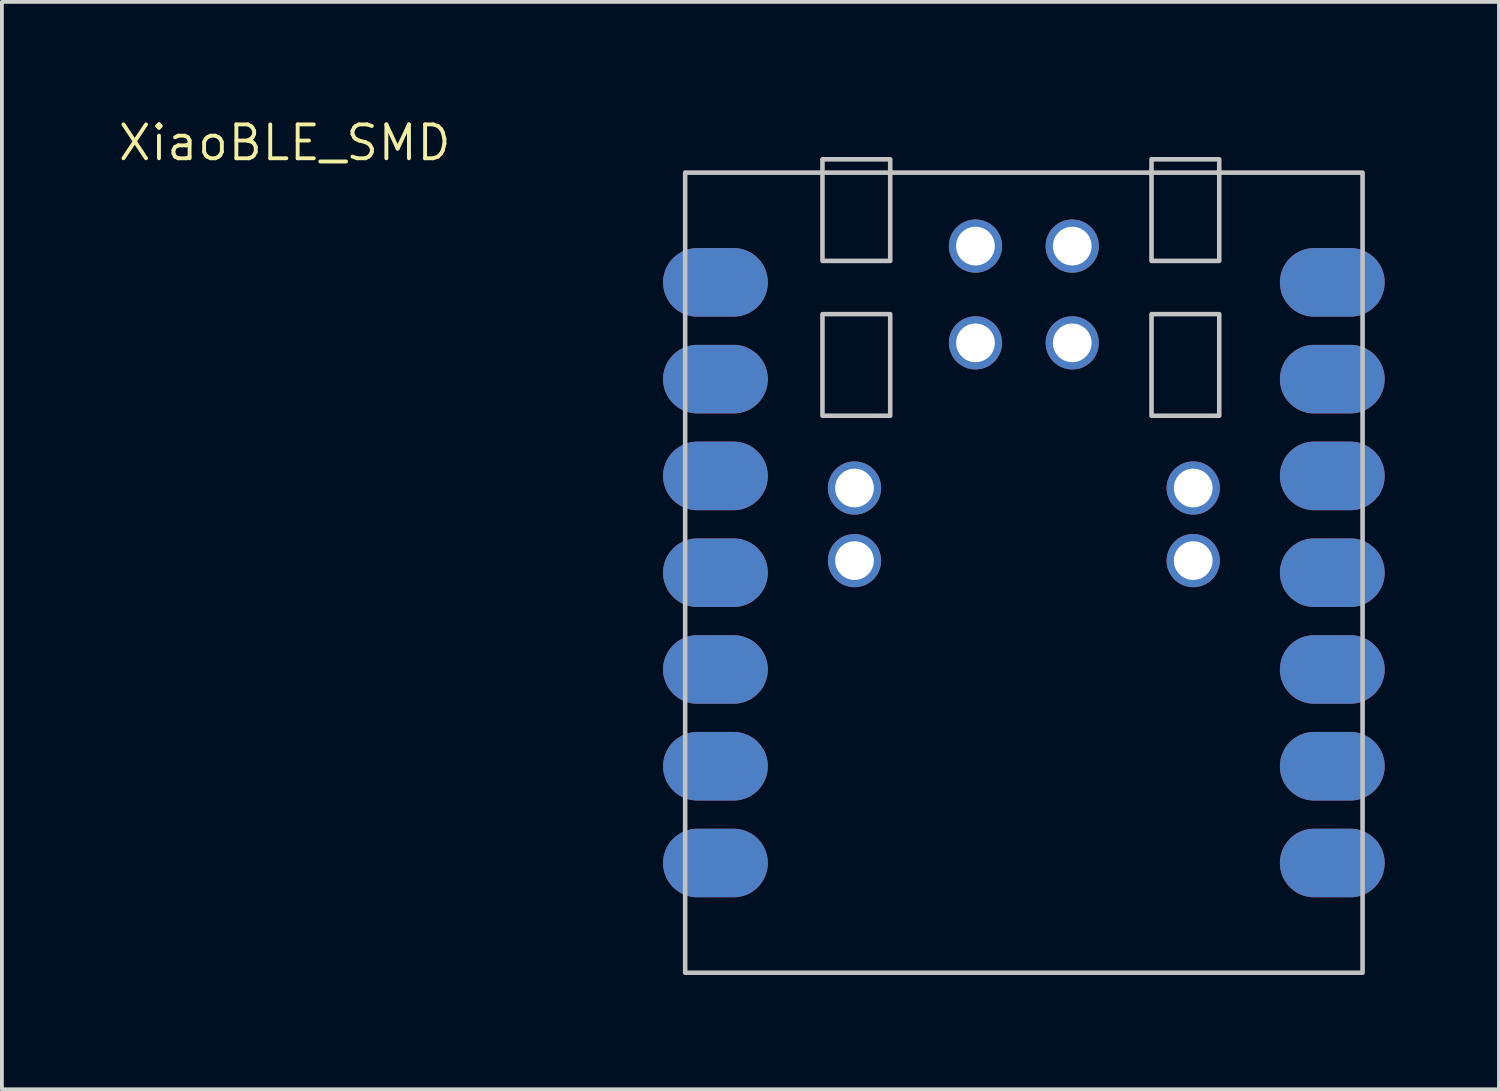
<source format=kicad_pcb>
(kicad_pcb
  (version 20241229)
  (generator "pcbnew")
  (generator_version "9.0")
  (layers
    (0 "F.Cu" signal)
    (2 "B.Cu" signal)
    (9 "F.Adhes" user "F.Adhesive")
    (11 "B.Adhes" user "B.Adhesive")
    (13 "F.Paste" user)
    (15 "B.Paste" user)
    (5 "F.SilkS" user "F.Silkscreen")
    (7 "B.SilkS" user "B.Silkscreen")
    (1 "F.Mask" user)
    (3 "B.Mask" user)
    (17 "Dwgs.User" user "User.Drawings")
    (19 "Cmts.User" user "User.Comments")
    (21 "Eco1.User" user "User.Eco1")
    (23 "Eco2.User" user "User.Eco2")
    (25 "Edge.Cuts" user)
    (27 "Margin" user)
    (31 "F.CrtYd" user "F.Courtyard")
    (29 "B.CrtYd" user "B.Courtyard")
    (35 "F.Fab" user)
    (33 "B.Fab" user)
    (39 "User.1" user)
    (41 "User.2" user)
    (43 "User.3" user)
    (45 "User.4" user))
  (footprint "XiaoBLE_SMD"
    (layer "F.Cu")
    (at 23.823 11.981)
    (property "Reference" "XiaoBLE_SMD" (at -19.399 -11.283 0) (layer "F.SilkS") (effects (font (size 0.889 0.889) (thickness 0.102))))
    (attr through_hole)
    (fp_rect (start -8.89 10.5) (end 8.89 -10.5) (stroke (width 0.12) (type solid)) (fill no) (layer "Dwgs.User"))
    (fp_rect (start -5.286 -6.786) (end -3.508 -4.119) (stroke (width 0.12) (type solid)) (fill no) (layer "Dwgs.User"))
    (fp_rect (start -3.508 -8.183) (end -5.286 -10.85) (stroke (width 0.12) (type solid)) (fill no) (layer "Dwgs.User"))
    (fp_rect (start 3.35 -10.85) (end 5.128 -8.183) (stroke (width 0.12) (type solid)) (fill no) (layer "Dwgs.User"))
    (fp_rect (start 3.35 -6.786) (end 5.128 -4.119) (stroke (width 0.12) (type solid)) (fill no) (layer "Dwgs.User"))
    (pad "1" smd oval (at -8.57 -7.62 180) (size 2.75 1.8) (drill (offset -0.475 0)) (layers "F.Cu" "F.Mask" "F.Paste"))
    (pad "1" smd oval (at 8.57 -7.62 180) (size 2.75 1.8) (drill (offset 0.475 0)) (layers "B.Cu" "B.Mask" "B.Paste"))
    (pad "2" smd oval (at -8.57 -5.08 180) (size 2.75 1.8) (drill (offset -0.475 0)) (layers "F.Cu" "F.Mask" "F.Paste"))
    (pad "2" smd oval (at 8.57 -5.08 180) (size 2.75 1.8) (drill (offset 0.475 0)) (layers "B.Cu" "B.Mask" "B.Paste"))
    (pad "3" smd oval (at -8.57 -2.54 180) (size 2.75 1.8) (drill (offset -0.475 0)) (layers "F.Cu" "F.Mask" "F.Paste"))
    (pad "3" smd oval (at 8.57 -2.54 180) (size 2.75 1.8) (drill (offset 0.475 0)) (layers "B.Cu" "B.Mask" "B.Paste"))
    (pad "4" smd oval (at -8.57 0 180) (size 2.75 1.8) (drill (offset -0.475 0)) (layers "F.Cu" "F.Mask" "F.Paste"))
    (pad "4" smd oval (at 8.57 0 180) (size 2.75 1.8) (drill (offset 0.475 0)) (layers "B.Cu" "B.Mask" "B.Paste"))
    (pad "5" smd oval (at -8.57 2.54 180) (size 2.75 1.8) (drill (offset -0.475 0)) (layers "F.Cu" "F.Mask" "F.Paste"))
    (pad "5" smd oval (at 8.57 2.54 180) (size 2.75 1.8) (drill (offset 0.475 0)) (layers "B.Cu" "B.Mask" "B.Paste"))
    (pad "6" smd oval (at -8.57 5.08 180) (size 2.75 1.8) (drill (offset -0.475 0)) (layers "F.Cu" "F.Mask" "F.Paste"))
    (pad "6" smd oval (at 8.57 5.08 180) (size 2.75 1.8) (drill (offset 0.475 0)) (layers "B.Cu" "B.Mask" "B.Paste"))
    (pad "7" smd oval (at -8.57 7.62 180) (size 2.75 1.8) (drill (offset -0.475 0)) (layers "F.Cu" "F.Mask" "F.Paste"))
    (pad "7" smd oval (at 8.57 7.62 180) (size 2.75 1.8) (drill (offset 0.475 0)) (layers "B.Cu" "B.Mask" "B.Paste"))
    (pad "8" smd oval (at -8.57 7.62) (size 2.75 1.8) (drill (offset 0.475 0)) (layers "B.Cu" "B.Mask" "B.Paste"))
    (pad "8" smd oval (at 8.57 7.62) (size 2.75 1.8) (drill (offset -0.475 0)) (layers "F.Cu" "F.Mask" "F.Paste"))
    (pad "9" smd oval (at -8.57 5.08) (size 2.75 1.8) (drill (offset 0.475 0)) (layers "B.Cu" "B.Mask" "B.Paste"))
    (pad "9" smd oval (at 8.57 5.08) (size 2.75 1.8) (drill (offset -0.475 0)) (layers "F.Cu" "F.Mask" "F.Paste"))
    (pad "10" smd oval (at -8.57 2.54) (size 2.75 1.8) (drill (offset 0.475 0)) (layers "B.Cu" "B.Mask" "B.Paste"))
    (pad "10" smd oval (at 8.57 2.54) (size 2.75 1.8) (drill (offset -0.475 0)) (layers "F.Cu" "F.Mask" "F.Paste"))
    (pad "11" smd oval (at -8.57 0) (size 2.75 1.8) (drill (offset 0.475 0)) (layers "B.Cu" "B.Mask" "B.Paste"))
    (pad "11" smd oval (at 8.57 0) (size 2.75 1.8) (drill (offset -0.475 0)) (layers "F.Cu" "F.Mask" "F.Paste"))
    (pad "12" smd oval (at -8.57 -2.54) (size 2.75 1.8) (drill (offset 0.475 0)) (layers "B.Cu" "B.Mask" "B.Paste"))
    (pad "12" smd oval (at 8.57 -2.54) (size 2.75 1.8) (drill (offset -0.475 0)) (layers "F.Cu" "F.Mask" "F.Paste"))
    (pad "13" smd oval (at -8.57 -5.08) (size 2.75 1.8) (drill (offset 0.475 0)) (layers "B.Cu" "B.Mask" "B.Paste"))
    (pad "13" smd oval (at 8.57 -5.08) (size 2.75 1.8) (drill (offset -0.475 0)) (layers "F.Cu" "F.Mask" "F.Paste"))
    (pad "14" smd oval (at -8.57 -7.62) (size 2.75 1.8) (drill (offset 0.475 0)) (layers "B.Cu" "B.Mask" "B.Paste"))
    (pad "14" smd oval (at 8.57 -7.62) (size 2.75 1.8) (drill (offset -0.475 0)) (layers "F.Cu" "F.Mask" "F.Paste"))
    (pad "15" thru_hole circle (at -1.27 -8.572 90) (size 1.397 1.397) (drill 1.016) (layers "*.Cu" "*.Mask"))
    (pad "16" thru_hole circle (at 1.27 -8.572 90) (size 1.397 1.397) (drill 1.016) (layers "*.Cu" "*.Mask"))
    (pad "17" thru_hole circle (at -1.27 -6.032 90) (size 1.397 1.397) (drill 1.016) (layers "*.Cu" "*.Mask"))
    (pad "18" thru_hole circle (at 1.27 -6.032 90) (size 1.397 1.397) (drill 1.016) (layers "*.Cu" "*.Mask"))
    (pad "19" thru_hole circle (at -4.445 -0.317 180) (size 1.397 1.397) (drill 1.016) (layers "*.Cu" "*.Mask"))
    (pad "19" thru_hole circle (at 4.445 -0.317 180) (size 1.397 1.397) (drill 1.016) (layers "*.Cu" "*.Mask"))
    (pad "20" thru_hole circle (at -4.445 -2.222 180) (size 1.397 1.397) (drill 1.016) (layers "*.Cu" "*.Mask"))
    (pad "20" thru_hole circle (at 4.445 -2.222 180) (size 1.397 1.397) (drill 1.016) (layers "*.Cu" "*.Mask")))
  (gr_rect
    (start -3 -3)
    (end 36.293 25.541)
    (stroke (width 0.1) (type default))
    (fill no)
    (layer "Edge.Cuts")))
</source>
